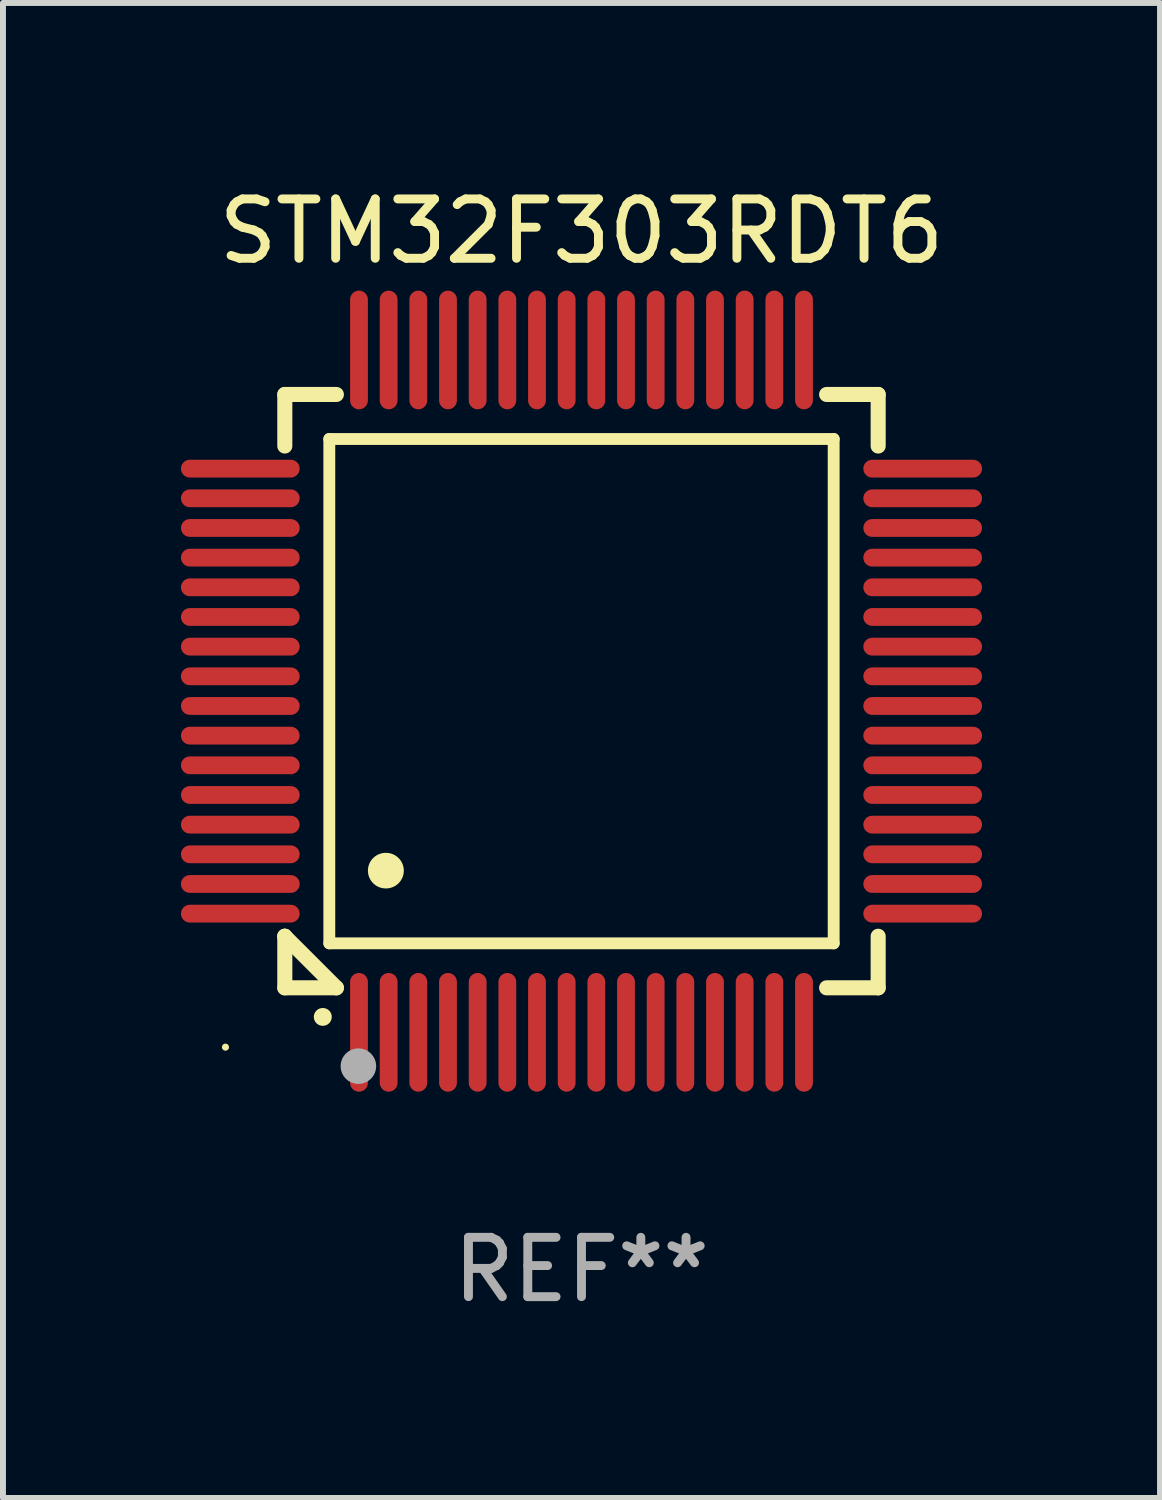
<source format=kicad_pcb>
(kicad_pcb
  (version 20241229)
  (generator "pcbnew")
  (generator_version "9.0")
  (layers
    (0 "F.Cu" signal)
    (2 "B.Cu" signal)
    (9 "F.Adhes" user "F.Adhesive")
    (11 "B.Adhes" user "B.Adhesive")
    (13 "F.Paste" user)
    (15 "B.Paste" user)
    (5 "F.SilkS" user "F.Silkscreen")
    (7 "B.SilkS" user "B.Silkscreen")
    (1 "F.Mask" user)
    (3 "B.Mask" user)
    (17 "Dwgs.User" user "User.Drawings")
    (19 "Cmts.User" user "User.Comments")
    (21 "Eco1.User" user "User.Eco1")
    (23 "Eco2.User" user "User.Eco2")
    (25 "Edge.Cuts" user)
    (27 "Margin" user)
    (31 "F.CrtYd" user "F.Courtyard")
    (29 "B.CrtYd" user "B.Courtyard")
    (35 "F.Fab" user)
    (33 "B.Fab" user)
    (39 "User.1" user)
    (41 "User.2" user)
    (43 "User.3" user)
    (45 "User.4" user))
  (footprint "STM32F303RDT6"
    (layer "F.Cu")
    (at 6.75 8.598)
    (property "Reference" "STM32F303RDT6" (at 0 -7.75 0) (layer "F.SilkS") (effects (font (size 1 1) (thickness 0.15))))
    (attr through_hole)
    (fp_line (start -5 -5) (end -4.131 -5) (stroke (width 0.254) (type solid)) (layer "F.SilkS"))
    (fp_line (start -5 -4.131) (end -5 -5) (stroke (width 0.254) (type solid)) (layer "F.SilkS"))
    (fp_line (start -5 4.131) (end -5 4.131) (stroke (width 0.254) (type solid)) (layer "F.SilkS"))
    (fp_line (start -5 5) (end -5 4.131) (stroke (width 0.254) (type solid)) (layer "F.SilkS"))
    (fp_line (start -5 4.131) (end -4.131 5) (stroke (width 0.254) (type solid)) (layer "F.SilkS"))
    (fp_line (start -4.25 -4.25) (end -4.25 4.25) (stroke (width 0.2) (type solid)) (layer "F.SilkS"))
    (fp_line (start -4.25 4.25) (end 4.25 4.25) (stroke (width 0.2) (type solid)) (layer "F.SilkS"))
    (fp_line (start -4.131 5) (end -5 5) (stroke (width 0.254) (type solid)) (layer "F.SilkS"))
    (fp_line (start 4.25 -4.25) (end -4.25 -4.25) (stroke (width 0.2) (type solid)) (layer "F.SilkS"))
    (fp_line (start 4.25 4.25) (end 4.25 -4.25) (stroke (width 0.2) (type solid)) (layer "F.SilkS"))
    (fp_line (start 5 -5) (end 4.131 -5) (stroke (width 0.254) (type solid)) (layer "F.SilkS"))
    (fp_line (start 5 -5) (end 5 -4.131) (stroke (width 0.254) (type solid)) (layer "F.SilkS"))
    (fp_line (start 5 4.131) (end 5 5) (stroke (width 0.254) (type solid)) (layer "F.SilkS"))
    (fp_line (start 5 5) (end 4.131 5) (stroke (width 0.254) (type solid)) (layer "F.SilkS"))
    (fp_arc (start -4.361265 5.489992) (mid -4.359995 5.489987) (end -4.358725 5.489992) (stroke (width 0.3) (type solid)) (layer "F.SilkS"))
    (fp_arc (start -3.299467 3.025146) (mid -3.296927 3.025135) (end -3.294387 3.025146) (stroke (width 0.6) (type solid)) (layer "F.SilkS"))
    (fp_circle (center -6 6) (end -5.97 6) (stroke (width 0.06) (type solid)) (fill no) (layer "F.SilkS"))
    (fp_circle (center -3.76 6.32) (end -3.61 6.32) (stroke (width 0.3) (type solid)) (fill no) (layer "F.Fab"))
    (fp_text user "REF**" (at 0 9.75 0) (layer "F.Fab") (effects (font (size 1 1) (thickness 0.15))))
    (pad "1" smd oval (at -3.75 5.75) (size 0.3 2) (layers "F.Cu" "F.Mask" "F.Paste"))
    (pad "2" smd oval (at -3.25 5.75) (size 0.3 2) (layers "F.Cu" "F.Mask" "F.Paste"))
    (pad "3" smd oval (at -2.75 5.75) (size 0.3 2) (layers "F.Cu" "F.Mask" "F.Paste"))
    (pad "4" smd oval (at -2.25 5.75) (size 0.3 2) (layers "F.Cu" "F.Mask" "F.Paste"))
    (pad "5" smd oval (at -1.75 5.75) (size 0.3 2) (layers "F.Cu" "F.Mask" "F.Paste"))
    (pad "6" smd oval (at -1.25 5.75) (size 0.3 2) (layers "F.Cu" "F.Mask" "F.Paste"))
    (pad "7" smd oval (at -0.75 5.75) (size 0.3 2) (layers "F.Cu" "F.Mask" "F.Paste"))
    (pad "8" smd oval (at -0.25 5.75) (size 0.3 2) (layers "F.Cu" "F.Mask" "F.Paste"))
    (pad "9" smd oval (at 0.25 5.75) (size 0.3 2) (layers "F.Cu" "F.Mask" "F.Paste"))
    (pad "10" smd oval (at 0.75 5.75) (size 0.3 2) (layers "F.Cu" "F.Mask" "F.Paste"))
    (pad "11" smd oval (at 1.25 5.75) (size 0.3 2) (layers "F.Cu" "F.Mask" "F.Paste"))
    (pad "12" smd oval (at 1.75 5.75) (size 0.3 2) (layers "F.Cu" "F.Mask" "F.Paste"))
    (pad "13" smd oval (at 2.25 5.75) (size 0.3 2) (layers "F.Cu" "F.Mask" "F.Paste"))
    (pad "14" smd oval (at 2.75 5.75) (size 0.3 2) (layers "F.Cu" "F.Mask" "F.Paste"))
    (pad "15" smd oval (at 3.25 5.75) (size 0.3 2) (layers "F.Cu" "F.Mask" "F.Paste"))
    (pad "16" smd oval (at 3.75 5.75) (size 0.3 2) (layers "F.Cu" "F.Mask" "F.Paste"))
    (pad "17" smd oval (at 5.75 3.75) (size 2 0.3) (layers "F.Cu" "F.Mask" "F.Paste"))
    (pad "18" smd oval (at 5.75 3.25) (size 2 0.3) (layers "F.Cu" "F.Mask" "F.Paste"))
    (pad "19" smd oval (at 5.75 2.75) (size 2 0.3) (layers "F.Cu" "F.Mask" "F.Paste"))
    (pad "20" smd oval (at 5.75 2.25) (size 2 0.3) (layers "F.Cu" "F.Mask" "F.Paste"))
    (pad "21" smd oval (at 5.75 1.75) (size 2 0.3) (layers "F.Cu" "F.Mask" "F.Paste"))
    (pad "22" smd oval (at 5.75 1.25) (size 2 0.3) (layers "F.Cu" "F.Mask" "F.Paste"))
    (pad "23" smd oval (at 5.75 0.75) (size 2 0.3) (layers "F.Cu" "F.Mask" "F.Paste"))
    (pad "24" smd oval (at 5.75 0.25) (size 2 0.3) (layers "F.Cu" "F.Mask" "F.Paste"))
    (pad "25" smd oval (at 5.75 -0.25) (size 2 0.3) (layers "F.Cu" "F.Mask" "F.Paste"))
    (pad "26" smd oval (at 5.75 -0.75) (size 2 0.3) (layers "F.Cu" "F.Mask" "F.Paste"))
    (pad "27" smd oval (at 5.75 -1.25) (size 2 0.3) (layers "F.Cu" "F.Mask" "F.Paste"))
    (pad "28" smd oval (at 5.75 -1.75) (size 2 0.3) (layers "F.Cu" "F.Mask" "F.Paste"))
    (pad "29" smd oval (at 5.75 -2.25) (size 2 0.3) (layers "F.Cu" "F.Mask" "F.Paste"))
    (pad "30" smd oval (at 5.75 -2.75) (size 2 0.3) (layers "F.Cu" "F.Mask" "F.Paste"))
    (pad "31" smd oval (at 5.75 -3.25) (size 2 0.3) (layers "F.Cu" "F.Mask" "F.Paste"))
    (pad "32" smd oval (at 5.75 -3.75) (size 2 0.3) (layers "F.Cu" "F.Mask" "F.Paste"))
    (pad "33" smd oval (at 3.75 -5.75) (size 0.3 2) (layers "F.Cu" "F.Mask" "F.Paste"))
    (pad "34" smd oval (at 3.25 -5.75) (size 0.3 2) (layers "F.Cu" "F.Mask" "F.Paste"))
    (pad "35" smd oval (at 2.75 -5.75) (size 0.3 2) (layers "F.Cu" "F.Mask" "F.Paste"))
    (pad "36" smd oval (at 2.25 -5.75) (size 0.3 2) (layers "F.Cu" "F.Mask" "F.Paste"))
    (pad "37" smd oval (at 1.75 -5.75) (size 0.3 2) (layers "F.Cu" "F.Mask" "F.Paste"))
    (pad "38" smd oval (at 1.25 -5.75) (size 0.3 2) (layers "F.Cu" "F.Mask" "F.Paste"))
    (pad "39" smd oval (at 0.75 -5.75) (size 0.3 2) (layers "F.Cu" "F.Mask" "F.Paste"))
    (pad "40" smd oval (at 0.25 -5.75) (size 0.3 2) (layers "F.Cu" "F.Mask" "F.Paste"))
    (pad "41" smd oval (at -0.25 -5.75) (size 0.3 2) (layers "F.Cu" "F.Mask" "F.Paste"))
    (pad "42" smd oval (at -0.75 -5.75) (size 0.3 2) (layers "F.Cu" "F.Mask" "F.Paste"))
    (pad "43" smd oval (at -1.25 -5.75) (size 0.3 2) (layers "F.Cu" "F.Mask" "F.Paste"))
    (pad "44" smd oval (at -1.75 -5.75) (size 0.3 2) (layers "F.Cu" "F.Mask" "F.Paste"))
    (pad "45" smd oval (at -2.25 -5.75) (size 0.3 2) (layers "F.Cu" "F.Mask" "F.Paste"))
    (pad "46" smd oval (at -2.75 -5.75) (size 0.3 2) (layers "F.Cu" "F.Mask" "F.Paste"))
    (pad "47" smd oval (at -3.25 -5.75) (size 0.3 2) (layers "F.Cu" "F.Mask" "F.Paste"))
    (pad "48" smd oval (at -3.75 -5.75) (size 0.3 2) (layers "F.Cu" "F.Mask" "F.Paste"))
    (pad "49" smd oval (at -5.75 -3.75) (size 2 0.3) (layers "F.Cu" "F.Mask" "F.Paste"))
    (pad "50" smd oval (at -5.75 -3.25) (size 2 0.3) (layers "F.Cu" "F.Mask" "F.Paste"))
    (pad "51" smd oval (at -5.75 -2.75) (size 2 0.3) (layers "F.Cu" "F.Mask" "F.Paste"))
    (pad "52" smd oval (at -5.75 -2.25) (size 2 0.3) (layers "F.Cu" "F.Mask" "F.Paste"))
    (pad "53" smd oval (at -5.75 -1.75) (size 2 0.3) (layers "F.Cu" "F.Mask" "F.Paste"))
    (pad "54" smd oval (at -5.75 -1.25) (size 2 0.3) (layers "F.Cu" "F.Mask" "F.Paste"))
    (pad "55" smd oval (at -5.75 -0.75) (size 2 0.3) (layers "F.Cu" "F.Mask" "F.Paste"))
    (pad "56" smd oval (at -5.75 -0.25) (size 2 0.3) (layers "F.Cu" "F.Mask" "F.Paste"))
    (pad "57" smd oval (at -5.75 0.25) (size 2 0.3) (layers "F.Cu" "F.Mask" "F.Paste"))
    (pad "58" smd oval (at -5.75 0.75) (size 2 0.3) (layers "F.Cu" "F.Mask" "F.Paste"))
    (pad "59" smd oval (at -5.75 1.25) (size 2 0.3) (layers "F.Cu" "F.Mask" "F.Paste"))
    (pad "60" smd oval (at -5.75 1.75) (size 2 0.3) (layers "F.Cu" "F.Mask" "F.Paste"))
    (pad "61" smd oval (at -5.75 2.25) (size 2 0.3) (layers "F.Cu" "F.Mask" "F.Paste"))
    (pad "62" smd oval (at -5.75 2.75) (size 2 0.3) (layers "F.Cu" "F.Mask" "F.Paste"))
    (pad "63" smd oval (at -5.75 3.25) (size 2 0.3) (layers "F.Cu" "F.Mask" "F.Paste"))
    (pad "64" smd oval (at -5.75 3.75) (size 2 0.3) (layers "F.Cu" "F.Mask" "F.Paste")))
  (gr_rect
    (start -3 -3)
    (end 16.5 22.196)
    (stroke (width 0.1) (type default))
    (fill no)
    (layer "Edge.Cuts")))
</source>
